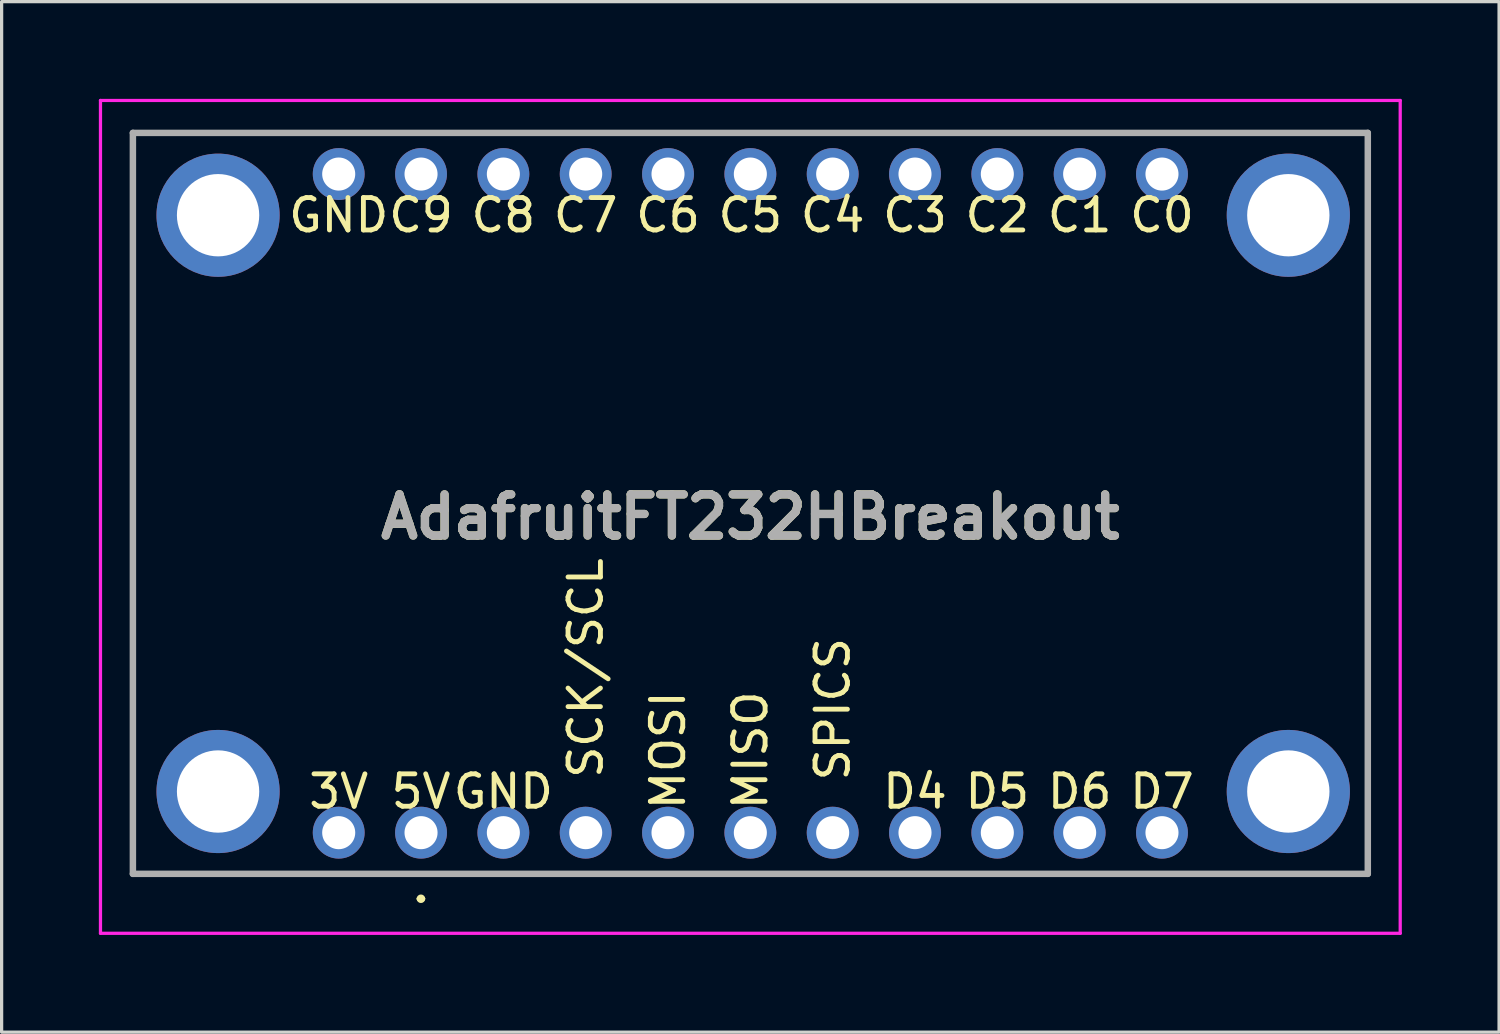
<source format=kicad_pcb>
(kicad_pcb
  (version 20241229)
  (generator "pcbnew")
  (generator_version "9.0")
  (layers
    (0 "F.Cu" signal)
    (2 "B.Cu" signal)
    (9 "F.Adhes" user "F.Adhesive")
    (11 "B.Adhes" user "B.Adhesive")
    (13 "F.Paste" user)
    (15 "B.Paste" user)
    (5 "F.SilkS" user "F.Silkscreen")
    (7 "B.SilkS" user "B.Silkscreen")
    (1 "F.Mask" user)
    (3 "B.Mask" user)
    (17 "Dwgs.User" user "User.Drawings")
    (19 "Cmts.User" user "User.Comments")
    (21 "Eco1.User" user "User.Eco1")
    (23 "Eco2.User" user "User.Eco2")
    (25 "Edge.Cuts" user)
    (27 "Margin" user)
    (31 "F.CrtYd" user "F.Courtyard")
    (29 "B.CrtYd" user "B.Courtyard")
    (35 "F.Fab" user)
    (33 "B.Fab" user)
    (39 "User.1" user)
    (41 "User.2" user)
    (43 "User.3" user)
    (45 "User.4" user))
  (footprint "AdafruitFT232HBreakout"
    (layer "F.Cu")
    (at 9.94 22.64)
    (property "Reference" "AdafruitFT232HBreakout" (at 10.16 -9.742 0) (layer "F.SilkS") (effects (font (size 1.27 1.27) (thickness 0.254))))
    (attr through_hole)
    (fp_line (start -0.069 2.039) (end -0.069 2.039) (stroke (width 0.132) (type solid)) (layer "F.SilkS"))
    (fp_line (start 0.063 2.039) (end 0.063 2.039) (stroke (width 0.132) (type solid)) (layer "F.SilkS"))
    (fp_arc (start -0.069 2.039) (mid -0.003 1.973) (end 0.063 2.039) (stroke (width 0.13219) (type solid)) (layer "F.SilkS"))
    (fp_arc (start 0.063 2.039) (mid -0.003 2.105) (end -0.069 2.039) (stroke (width 0.13219) (type solid)) (layer "F.SilkS"))
    (fp_line (start -9.89 -22.59) (end 30.21 -22.59) (stroke (width 0.1) (type solid)) (layer "F.CrtYd"))
    (fp_line (start -9.89 3.105) (end -9.89 -22.59) (stroke (width 0.1) (type solid)) (layer "F.CrtYd"))
    (fp_line (start 30.21 -22.59) (end 30.21 3.105) (stroke (width 0.1) (type solid)) (layer "F.CrtYd"))
    (fp_line (start 30.21 3.105) (end -9.89 3.105) (stroke (width 0.1) (type solid)) (layer "F.CrtYd"))
    (fp_line (start -8.89 -21.59) (end 29.21 -21.59) (stroke (width 0.2) (type solid)) (layer "F.Fab"))
    (fp_line (start -8.89 1.27) (end -8.89 -21.59) (stroke (width 0.2) (type solid)) (layer "F.Fab"))
    (fp_line (start 29.21 -21.59) (end 29.21 1.27) (stroke (width 0.2) (type solid)) (layer "F.Fab"))
    (fp_line (start 29.21 1.27) (end -8.89 1.27) (stroke (width 0.2) (type solid)) (layer "F.Fab"))
    (fp_text user "C7" (at 5.08 -19.05 0) (layer "F.SilkS") (effects (font (size 1 1) (thickness 0.15))))
    (fp_text user "GND" (at 2.54 -1.27 0) (layer "F.SilkS") (effects (font (size 1 1) (thickness 0.15))))
    (fp_text user "C5" (at 10.16 -19.05 0) (layer "F.SilkS") (effects (font (size 1 1) (thickness 0.15))))
    (fp_text user "GND" (at -2.54 -19.05 0) (layer "F.SilkS") (effects (font (size 1 1) (thickness 0.15))))
    (fp_text user "C4" (at 12.7 -19.05 0) (layer "F.SilkS") (effects (font (size 1 1) (thickness 0.15))))
    (fp_text user "C9" (at 0 -19.05 0) (layer "F.SilkS") (effects (font (size 1 1) (thickness 0.15))))
    (fp_text user "MISO" (at 10.16 -2.54 90) (layer "F.SilkS") (effects (font (size 1 1) (thickness 0.15))))
    (fp_text user "SCK/SCL" (at 5.08 -5.08 90) (layer "F.SilkS") (effects (font (size 1 1) (thickness 0.15))))
    (fp_text user "C1" (at 20.32 -19.05 0) (layer "F.SilkS") (effects (font (size 1 1) (thickness 0.15))))
    (fp_text user "C2" (at 17.78 -19.05 0) (layer "F.SilkS") (effects (font (size 1 1) (thickness 0.15))))
    (fp_text user "SPICS" (at 12.7 -3.81 90) (layer "F.SilkS") (effects (font (size 1 1) (thickness 0.15))))
    (fp_text user "C3" (at 15.24 -19.05 0) (layer "F.SilkS") (effects (font (size 1 1) (thickness 0.15))))
    (fp_text user "MOSI" (at 7.62 -2.54 90) (layer "F.SilkS") (effects (font (size 1 1) (thickness 0.15))))
    (fp_text user "3V" (at -2.54 -1.27 0) (layer "F.SilkS") (effects (font (size 1 1) (thickness 0.15))))
    (fp_text user "D7" (at 22.86 -1.27 0) (layer "F.SilkS") (effects (font (size 1 1) (thickness 0.15))))
    (fp_text user "C8" (at 2.54 -19.05 0) (layer "F.SilkS") (effects (font (size 1 1) (thickness 0.15))))
    (fp_text user "D4" (at 15.24 -1.27 0) (layer "F.SilkS") (effects (font (size 1 1) (thickness 0.15))))
    (fp_text user "C6" (at 7.62 -19.05 0) (layer "F.SilkS") (effects (font (size 1 1) (thickness 0.15))))
    (fp_text user "C0" (at 22.86 -19.05 0) (layer "F.SilkS") (effects (font (size 1 1) (thickness 0.15))))
    (fp_text user "5V" (at 0 -1.27 0) (layer "F.SilkS") (effects (font (size 1 1) (thickness 0.15))))
    (fp_text user "D5" (at 17.78 -1.27 0) (layer "F.SilkS") (effects (font (size 1 1) (thickness 0.15))))
    (fp_text user "D6" (at 20.32 -1.27 0) (layer "F.SilkS") (effects (font (size 1 1) (thickness 0.15))))
    (fp_text user "${REFERENCE}" (at 10.16 -9.742 0) (layer "F.Fab") (effects (font (size 1.27 1.27) (thickness 0.254))))
    (pad "0" thru_hole circle (at -2.54 0) (size 1.6 1.6) (drill 1.02) (layers "*.Cu" "*.Mask"))
    (pad "1" thru_hole circle (at 0 0) (size 1.6 1.6) (drill 1.02) (layers "*.Cu" "*.Mask"))
    (pad "2" thru_hole circle (at 2.54 0) (size 1.6 1.6) (drill 1.02) (layers "*.Cu" "*.Mask"))
    (pad "3" thru_hole circle (at 5.08 0) (size 1.6 1.6) (drill 1.02) (layers "*.Cu" "*.Mask"))
    (pad "4" thru_hole circle (at 7.62 0) (size 1.6 1.6) (drill 1.02) (layers "*.Cu" "*.Mask"))
    (pad "5" thru_hole circle (at 10.16 0) (size 1.6 1.6) (drill 1.02) (layers "*.Cu" "*.Mask"))
    (pad "6" thru_hole circle (at 12.7 0) (size 1.6 1.6) (drill 1.02) (layers "*.Cu" "*.Mask"))
    (pad "7" thru_hole circle (at 15.24 0) (size 1.6 1.6) (drill 1.02) (layers "*.Cu" "*.Mask"))
    (pad "8" thru_hole circle (at 17.78 0) (size 1.6 1.6) (drill 1.02) (layers "*.Cu" "*.Mask"))
    (pad "9" thru_hole circle (at 20.32 0) (size 1.6 1.6) (drill 1.02) (layers "*.Cu" "*.Mask"))
    (pad "10" thru_hole circle (at 22.86 0) (size 1.6 1.6) (drill 1.02) (layers "*.Cu" "*.Mask"))
    (pad "11" thru_hole circle (at 22.86 -20.32) (size 1.6 1.6) (drill 1.02) (layers "*.Cu" "*.Mask"))
    (pad "12" thru_hole circle (at 20.32 -20.32) (size 1.6 1.6) (drill 1.02) (layers "*.Cu" "*.Mask"))
    (pad "13" thru_hole circle (at 17.78 -20.32) (size 1.6 1.6) (drill 1.02) (layers "*.Cu" "*.Mask"))
    (pad "14" thru_hole circle (at 15.24 -20.32) (size 1.6 1.6) (drill 1.02) (layers "*.Cu" "*.Mask"))
    (pad "15" thru_hole circle (at 12.7 -20.32) (size 1.6 1.6) (drill 1.02) (layers "*.Cu" "*.Mask"))
    (pad "16" thru_hole circle (at 10.16 -20.32) (size 1.6 1.6) (drill 1.02) (layers "*.Cu" "*.Mask"))
    (pad "17" thru_hole circle (at 7.62 -20.32) (size 1.6 1.6) (drill 1.02) (layers "*.Cu" "*.Mask"))
    (pad "18" thru_hole circle (at 5.08 -20.32) (size 1.6 1.6) (drill 1.02) (layers "*.Cu" "*.Mask"))
    (pad "19" thru_hole circle (at 2.54 -20.32) (size 1.6 1.6) (drill 1.02) (layers "*.Cu" "*.Mask"))
    (pad "20" thru_hole circle (at 0 -20.32) (size 1.6 1.6) (drill 1.02) (layers "*.Cu" "*.Mask"))
    (pad "21" thru_hole circle (at -2.54 -20.32) (size 1.6 1.6) (drill 1.02) (layers "*.Cu" "*.Mask"))
    (pad "22" thru_hole circle (at -6.262 -1.27) (size 3.8 3.8) (drill 2.54) (layers "*.Cu" "*.Mask"))
    (pad "23" thru_hole circle (at 26.758 -1.27) (size 3.8 3.8) (drill 2.54) (layers "*.Cu" "*.Mask"))
    (pad "24" thru_hole circle (at 26.758 -19.05) (size 3.8 3.8) (drill 2.54) (layers "*.Cu" "*.Mask"))
    (pad "25" thru_hole circle (at -6.262 -19.05) (size 3.8 3.8) (drill 2.54) (layers "*.Cu" "*.Mask")))
  (gr_rect
    (start -3 -3)
    (end 43.2 28.795)
    (stroke (width 0.1) (type default))
    (fill no)
    (layer "Edge.Cuts")))
</source>
